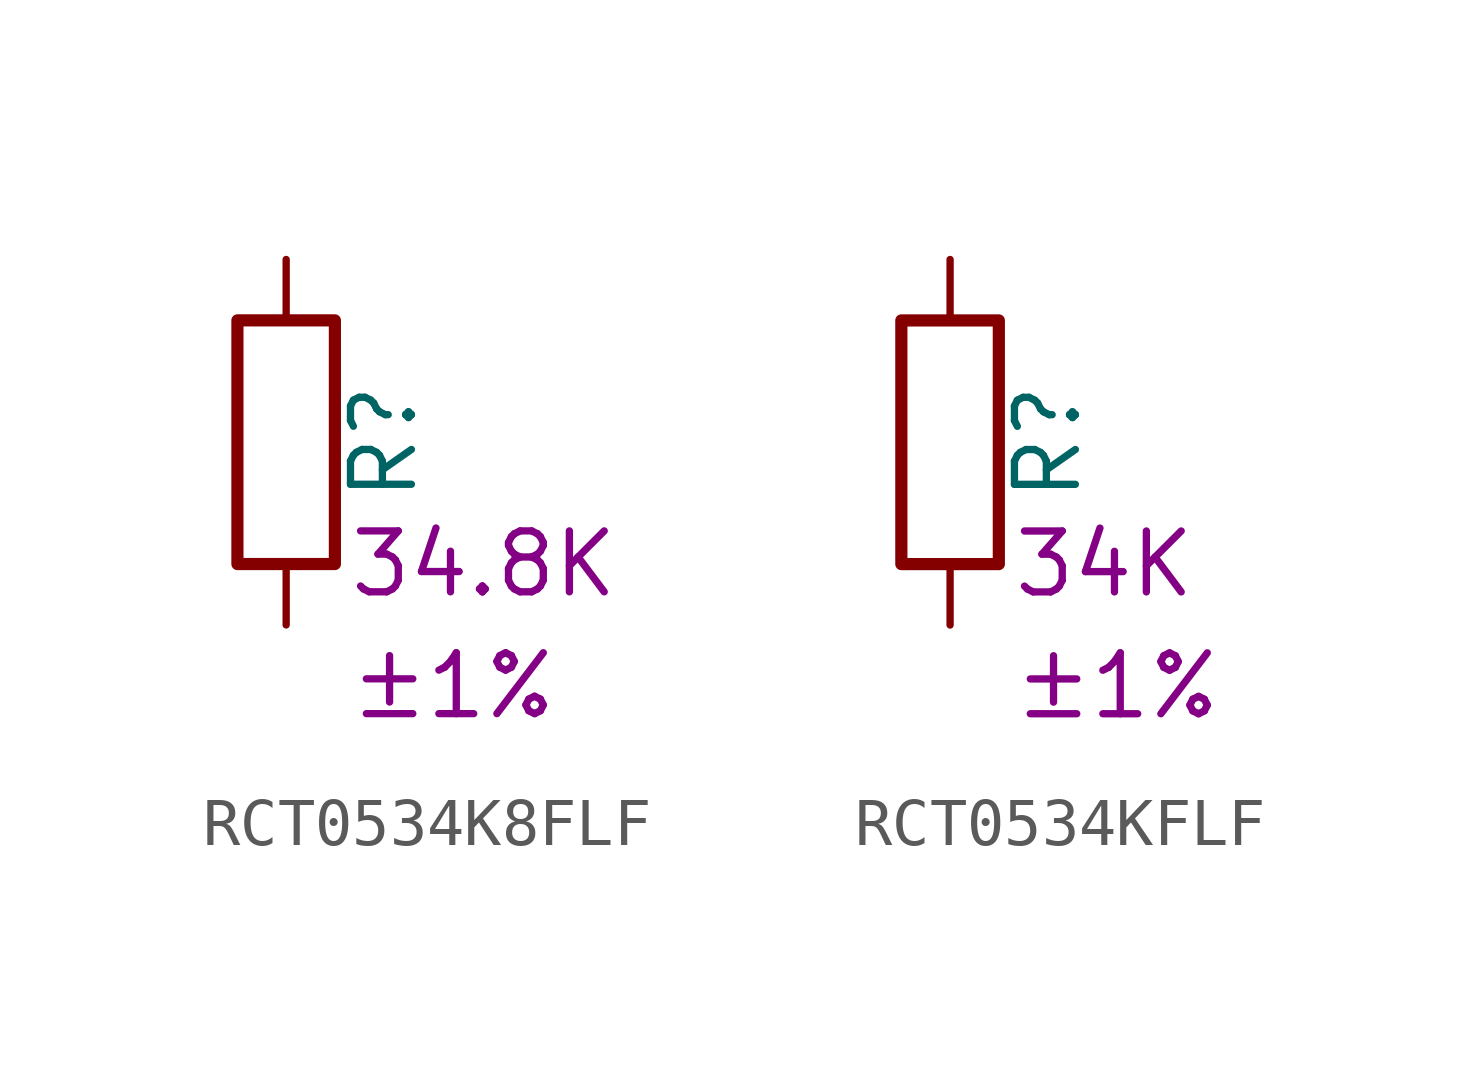
<source format=kicad_sym>
(kicad_symbol_lib
  (version 20220914)
  (generator kicad_symbol_editor)
  (symbol "RCT0534K8FLF"
    (pin_numbers hide)
    (pin_names
      (offset 0))
    (property "Reference" "R"
      (at 2.032 0 90)
      (effects (font (size 1.27 1.27))))
    (property "Resistance" "34.8K"
      (at 1.27 -2.54 0)
      (effects (font (size 1.27 1.27)) (justify left)))
    (property "Tolerance" "±1%"
      (at 1.27 -5.08 0)
      (effects (font (size 1.27 1.27)) (justify left)))
    (symbol "RCT0534K8FLF_0_1"
      (rectangle (start -1.016 -2.54) (end 1.016 2.54) (stroke (width 0.254) (type default)) (fill (type none))))
    (symbol "RCT0534K8FLF_1_1"
      (pin passive line (at 0 3.81 270) (length 1.27) (name "~" (effects (font (size 1.27 1.27)))) (number "1" (effects (font (size 1.27 1.27)))))
      (pin passive line (at 0 -3.81 90) (length 1.27) (name "~" (effects (font (size 1.27 1.27)))) (number "2" (effects (font (size 1.27 1.27)))))))
  (symbol "RCT0534KFLF"
    (pin_numbers hide)
    (pin_names
      (offset 0))
    (property "Reference" "R"
      (at 2.032 0 90)
      (effects (font (size 1.27 1.27))))
    (property "Resistance" "34K"
      (at 1.27 -2.54 0)
      (effects (font (size 1.27 1.27)) (justify left)))
    (property "Tolerance" "±1%"
      (at 1.27 -5.08 0)
      (effects (font (size 1.27 1.27)) (justify left)))
    (symbol "RCT0534KFLF_0_1"
      (rectangle (start -1.016 -2.54) (end 1.016 2.54) (stroke (width 0.254) (type default)) (fill (type none))))
    (symbol "RCT0534KFLF_1_1"
      (pin passive line (at 0 3.81 270) (length 1.27) (name "~" (effects (font (size 1.27 1.27)))) (number "1" (effects (font (size 1.27 1.27)))))
      (pin passive line (at 0 -3.81 90) (length 1.27) (name "~" (effects (font (size 1.27 1.27)))) (number "2" (effects (font (size 1.27 1.27))))))))
</source>
